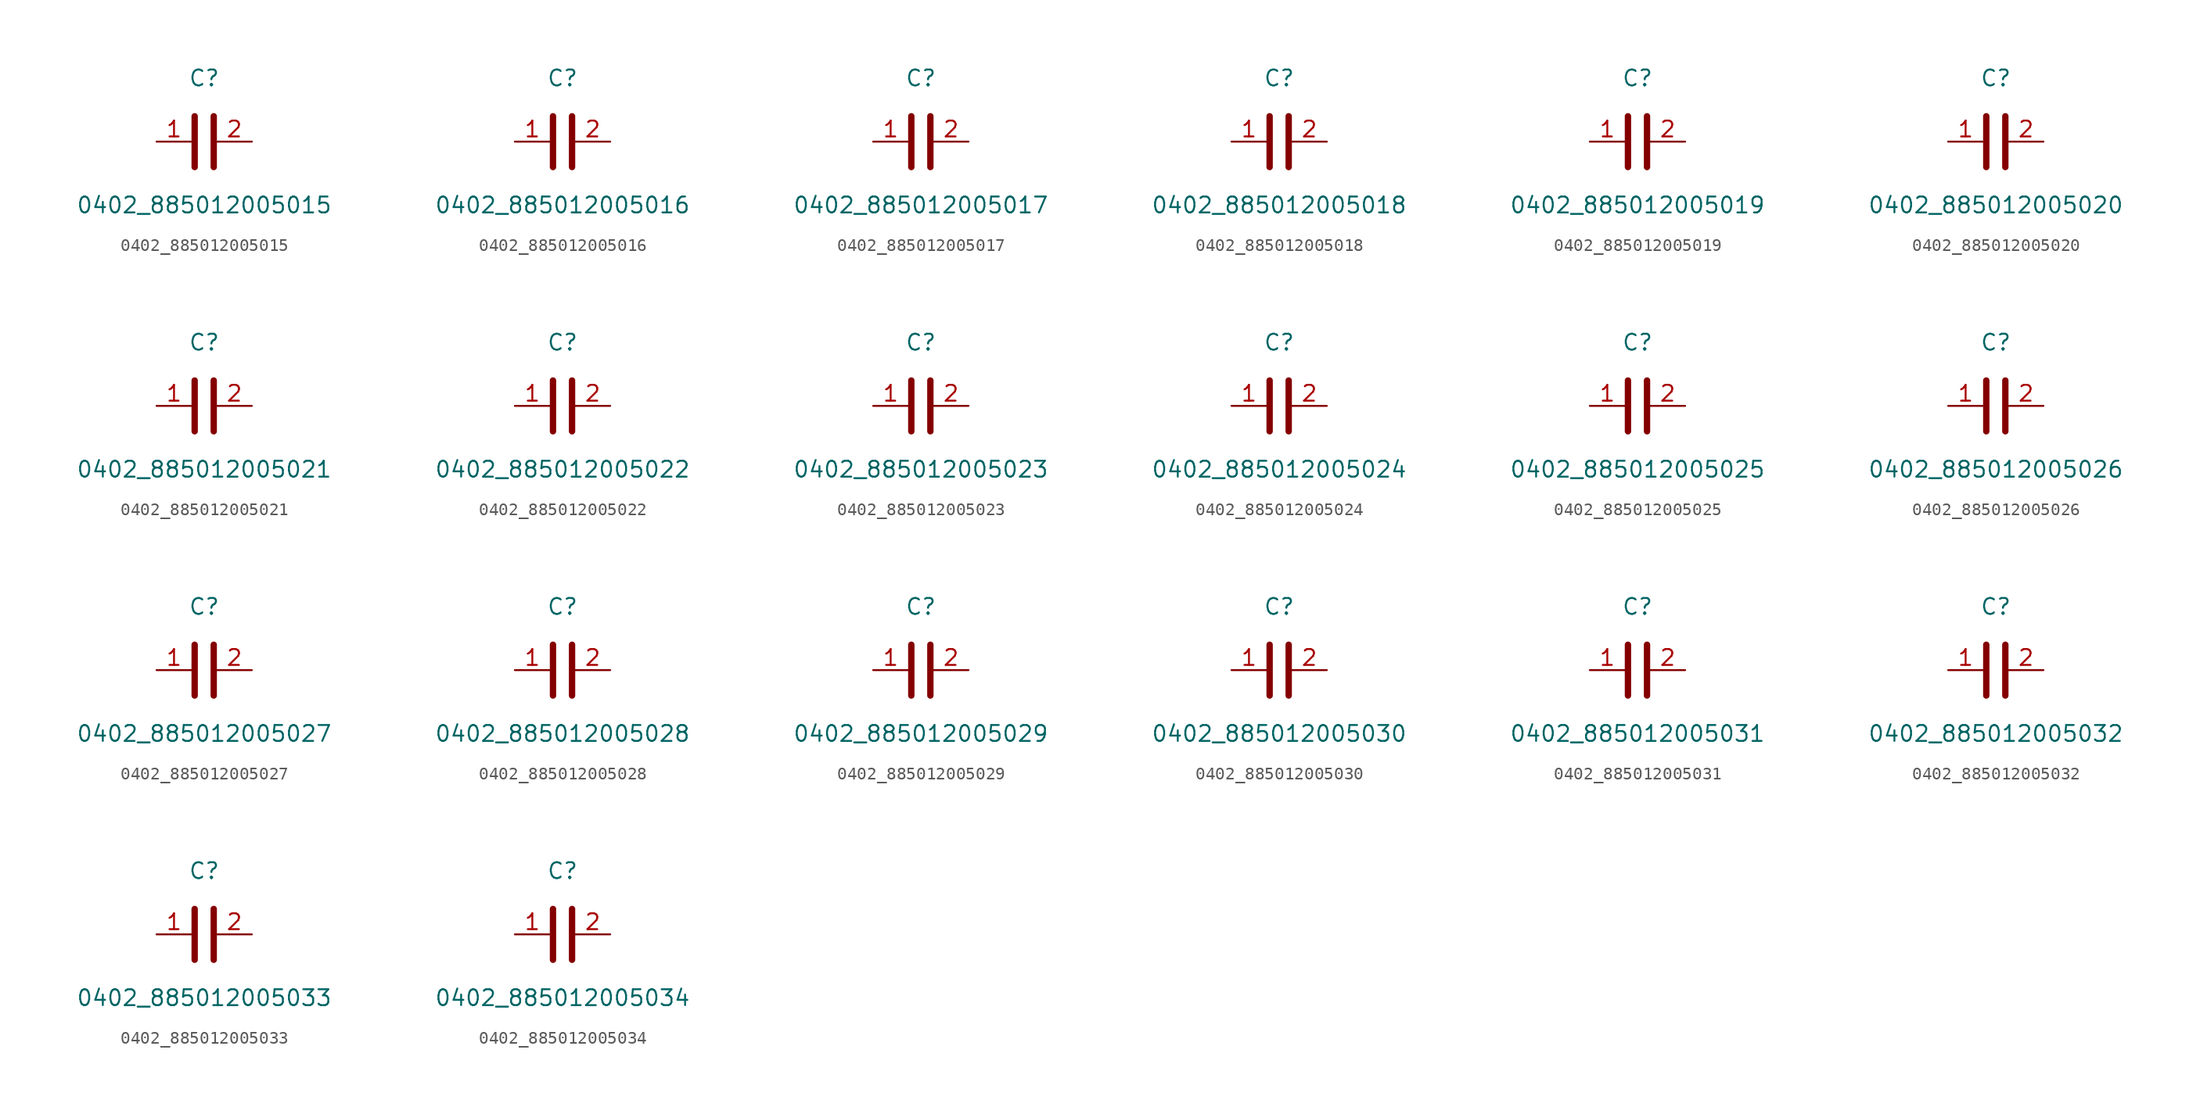
<source format=kicad_sym>
(kicad_symbol_lib
  (version 20220914)
  (generator kicad_symbol_editor)
  (symbol "0402_885012005015"
    (pin_names hide)
    (property "Reference" "C"
      (at 0 5.08 0)
      (effects (font (size 1.27 1.27))))
    (property "Value" "0402_885012005015"
      (at 0 -5.08 0)
      (effects (font (size 1.27 1.27))))
    (symbol "0402_885012005015_0_1"
      (polyline (pts (xy -0.762 -2.032) (xy -0.762 2.032)) (stroke (width 0.508) (type default)) (fill (type none)))
      (polyline (pts (xy 0.762 -2.032) (xy 0.762 2.032)) (stroke (width 0.508) (type default)) (fill (type none))))
    (symbol "0402_885012005015_1_1"
      (pin passive line (at -3.81 0 0) (length 2.794) (name "1" (effects (font (size 1.27 1.27)))) (number "1" (effects (font (size 1.27 1.27)))))
      (pin passive line (at 3.81 0 180) (length 2.794) (name "2" (effects (font (size 1.27 1.27)))) (number "2" (effects (font (size 1.27 1.27)))))))
  (symbol "0402_885012005016"
    (pin_names hide)
    (property "Reference" "C"
      (at 0 5.08 0)
      (effects (font (size 1.27 1.27))))
    (property "Value" "0402_885012005016"
      (at 0 -5.08 0)
      (effects (font (size 1.27 1.27))))
    (symbol "0402_885012005016_0_1"
      (polyline (pts (xy -0.762 -2.032) (xy -0.762 2.032)) (stroke (width 0.508) (type default)) (fill (type none)))
      (polyline (pts (xy 0.762 -2.032) (xy 0.762 2.032)) (stroke (width 0.508) (type default)) (fill (type none))))
    (symbol "0402_885012005016_1_1"
      (pin passive line (at -3.81 0 0) (length 2.794) (name "1" (effects (font (size 1.27 1.27)))) (number "1" (effects (font (size 1.27 1.27)))))
      (pin passive line (at 3.81 0 180) (length 2.794) (name "2" (effects (font (size 1.27 1.27)))) (number "2" (effects (font (size 1.27 1.27)))))))
  (symbol "0402_885012005017"
    (pin_names hide)
    (property "Reference" "C"
      (at 0 5.08 0)
      (effects (font (size 1.27 1.27))))
    (property "Value" "0402_885012005017"
      (at 0 -5.08 0)
      (effects (font (size 1.27 1.27))))
    (symbol "0402_885012005017_0_1"
      (polyline (pts (xy -0.762 -2.032) (xy -0.762 2.032)) (stroke (width 0.508) (type default)) (fill (type none)))
      (polyline (pts (xy 0.762 -2.032) (xy 0.762 2.032)) (stroke (width 0.508) (type default)) (fill (type none))))
    (symbol "0402_885012005017_1_1"
      (pin passive line (at -3.81 0 0) (length 2.794) (name "1" (effects (font (size 1.27 1.27)))) (number "1" (effects (font (size 1.27 1.27)))))
      (pin passive line (at 3.81 0 180) (length 2.794) (name "2" (effects (font (size 1.27 1.27)))) (number "2" (effects (font (size 1.27 1.27)))))))
  (symbol "0402_885012005018"
    (pin_names hide)
    (property "Reference" "C"
      (at 0 5.08 0)
      (effects (font (size 1.27 1.27))))
    (property "Value" "0402_885012005018"
      (at 0 -5.08 0)
      (effects (font (size 1.27 1.27))))
    (symbol "0402_885012005018_0_1"
      (polyline (pts (xy -0.762 -2.032) (xy -0.762 2.032)) (stroke (width 0.508) (type default)) (fill (type none)))
      (polyline (pts (xy 0.762 -2.032) (xy 0.762 2.032)) (stroke (width 0.508) (type default)) (fill (type none))))
    (symbol "0402_885012005018_1_1"
      (pin passive line (at -3.81 0 0) (length 2.794) (name "1" (effects (font (size 1.27 1.27)))) (number "1" (effects (font (size 1.27 1.27)))))
      (pin passive line (at 3.81 0 180) (length 2.794) (name "2" (effects (font (size 1.27 1.27)))) (number "2" (effects (font (size 1.27 1.27)))))))
  (symbol "0402_885012005019"
    (pin_names hide)
    (property "Reference" "C"
      (at 0 5.08 0)
      (effects (font (size 1.27 1.27))))
    (property "Value" "0402_885012005019"
      (at 0 -5.08 0)
      (effects (font (size 1.27 1.27))))
    (symbol "0402_885012005019_0_1"
      (polyline (pts (xy -0.762 -2.032) (xy -0.762 2.032)) (stroke (width 0.508) (type default)) (fill (type none)))
      (polyline (pts (xy 0.762 -2.032) (xy 0.762 2.032)) (stroke (width 0.508) (type default)) (fill (type none))))
    (symbol "0402_885012005019_1_1"
      (pin passive line (at -3.81 0 0) (length 2.794) (name "1" (effects (font (size 1.27 1.27)))) (number "1" (effects (font (size 1.27 1.27)))))
      (pin passive line (at 3.81 0 180) (length 2.794) (name "2" (effects (font (size 1.27 1.27)))) (number "2" (effects (font (size 1.27 1.27)))))))
  (symbol "0402_885012005020"
    (pin_names hide)
    (property "Reference" "C"
      (at 0 5.08 0)
      (effects (font (size 1.27 1.27))))
    (property "Value" "0402_885012005020"
      (at 0 -5.08 0)
      (effects (font (size 1.27 1.27))))
    (symbol "0402_885012005020_0_1"
      (polyline (pts (xy -0.762 -2.032) (xy -0.762 2.032)) (stroke (width 0.508) (type default)) (fill (type none)))
      (polyline (pts (xy 0.762 -2.032) (xy 0.762 2.032)) (stroke (width 0.508) (type default)) (fill (type none))))
    (symbol "0402_885012005020_1_1"
      (pin passive line (at -3.81 0 0) (length 2.794) (name "1" (effects (font (size 1.27 1.27)))) (number "1" (effects (font (size 1.27 1.27)))))
      (pin passive line (at 3.81 0 180) (length 2.794) (name "2" (effects (font (size 1.27 1.27)))) (number "2" (effects (font (size 1.27 1.27)))))))
  (symbol "0402_885012005021"
    (pin_names hide)
    (property "Reference" "C"
      (at 0 5.08 0)
      (effects (font (size 1.27 1.27))))
    (property "Value" "0402_885012005021"
      (at 0 -5.08 0)
      (effects (font (size 1.27 1.27))))
    (symbol "0402_885012005021_0_1"
      (polyline (pts (xy -0.762 -2.032) (xy -0.762 2.032)) (stroke (width 0.508) (type default)) (fill (type none)))
      (polyline (pts (xy 0.762 -2.032) (xy 0.762 2.032)) (stroke (width 0.508) (type default)) (fill (type none))))
    (symbol "0402_885012005021_1_1"
      (pin passive line (at -3.81 0 0) (length 2.794) (name "1" (effects (font (size 1.27 1.27)))) (number "1" (effects (font (size 1.27 1.27)))))
      (pin passive line (at 3.81 0 180) (length 2.794) (name "2" (effects (font (size 1.27 1.27)))) (number "2" (effects (font (size 1.27 1.27)))))))
  (symbol "0402_885012005022"
    (pin_names hide)
    (property "Reference" "C"
      (at 0 5.08 0)
      (effects (font (size 1.27 1.27))))
    (property "Value" "0402_885012005022"
      (at 0 -5.08 0)
      (effects (font (size 1.27 1.27))))
    (symbol "0402_885012005022_0_1"
      (polyline (pts (xy -0.762 -2.032) (xy -0.762 2.032)) (stroke (width 0.508) (type default)) (fill (type none)))
      (polyline (pts (xy 0.762 -2.032) (xy 0.762 2.032)) (stroke (width 0.508) (type default)) (fill (type none))))
    (symbol "0402_885012005022_1_1"
      (pin passive line (at -3.81 0 0) (length 2.794) (name "1" (effects (font (size 1.27 1.27)))) (number "1" (effects (font (size 1.27 1.27)))))
      (pin passive line (at 3.81 0 180) (length 2.794) (name "2" (effects (font (size 1.27 1.27)))) (number "2" (effects (font (size 1.27 1.27)))))))
  (symbol "0402_885012005023"
    (pin_names hide)
    (property "Reference" "C"
      (at 0 5.08 0)
      (effects (font (size 1.27 1.27))))
    (property "Value" "0402_885012005023"
      (at 0 -5.08 0)
      (effects (font (size 1.27 1.27))))
    (symbol "0402_885012005023_0_1"
      (polyline (pts (xy -0.762 -2.032) (xy -0.762 2.032)) (stroke (width 0.508) (type default)) (fill (type none)))
      (polyline (pts (xy 0.762 -2.032) (xy 0.762 2.032)) (stroke (width 0.508) (type default)) (fill (type none))))
    (symbol "0402_885012005023_1_1"
      (pin passive line (at -3.81 0 0) (length 2.794) (name "1" (effects (font (size 1.27 1.27)))) (number "1" (effects (font (size 1.27 1.27)))))
      (pin passive line (at 3.81 0 180) (length 2.794) (name "2" (effects (font (size 1.27 1.27)))) (number "2" (effects (font (size 1.27 1.27)))))))
  (symbol "0402_885012005024"
    (pin_names hide)
    (property "Reference" "C"
      (at 0 5.08 0)
      (effects (font (size 1.27 1.27))))
    (property "Value" "0402_885012005024"
      (at 0 -5.08 0)
      (effects (font (size 1.27 1.27))))
    (symbol "0402_885012005024_0_1"
      (polyline (pts (xy -0.762 -2.032) (xy -0.762 2.032)) (stroke (width 0.508) (type default)) (fill (type none)))
      (polyline (pts (xy 0.762 -2.032) (xy 0.762 2.032)) (stroke (width 0.508) (type default)) (fill (type none))))
    (symbol "0402_885012005024_1_1"
      (pin passive line (at -3.81 0 0) (length 2.794) (name "1" (effects (font (size 1.27 1.27)))) (number "1" (effects (font (size 1.27 1.27)))))
      (pin passive line (at 3.81 0 180) (length 2.794) (name "2" (effects (font (size 1.27 1.27)))) (number "2" (effects (font (size 1.27 1.27)))))))
  (symbol "0402_885012005025"
    (pin_names hide)
    (property "Reference" "C"
      (at 0 5.08 0)
      (effects (font (size 1.27 1.27))))
    (property "Value" "0402_885012005025"
      (at 0 -5.08 0)
      (effects (font (size 1.27 1.27))))
    (symbol "0402_885012005025_0_1"
      (polyline (pts (xy -0.762 -2.032) (xy -0.762 2.032)) (stroke (width 0.508) (type default)) (fill (type none)))
      (polyline (pts (xy 0.762 -2.032) (xy 0.762 2.032)) (stroke (width 0.508) (type default)) (fill (type none))))
    (symbol "0402_885012005025_1_1"
      (pin passive line (at -3.81 0 0) (length 2.794) (name "1" (effects (font (size 1.27 1.27)))) (number "1" (effects (font (size 1.27 1.27)))))
      (pin passive line (at 3.81 0 180) (length 2.794) (name "2" (effects (font (size 1.27 1.27)))) (number "2" (effects (font (size 1.27 1.27)))))))
  (symbol "0402_885012005026"
    (pin_names hide)
    (property "Reference" "C"
      (at 0 5.08 0)
      (effects (font (size 1.27 1.27))))
    (property "Value" "0402_885012005026"
      (at 0 -5.08 0)
      (effects (font (size 1.27 1.27))))
    (symbol "0402_885012005026_0_1"
      (polyline (pts (xy -0.762 -2.032) (xy -0.762 2.032)) (stroke (width 0.508) (type default)) (fill (type none)))
      (polyline (pts (xy 0.762 -2.032) (xy 0.762 2.032)) (stroke (width 0.508) (type default)) (fill (type none))))
    (symbol "0402_885012005026_1_1"
      (pin passive line (at -3.81 0 0) (length 2.794) (name "1" (effects (font (size 1.27 1.27)))) (number "1" (effects (font (size 1.27 1.27)))))
      (pin passive line (at 3.81 0 180) (length 2.794) (name "2" (effects (font (size 1.27 1.27)))) (number "2" (effects (font (size 1.27 1.27)))))))
  (symbol "0402_885012005027"
    (pin_names hide)
    (property "Reference" "C"
      (at 0 5.08 0)
      (effects (font (size 1.27 1.27))))
    (property "Value" "0402_885012005027"
      (at 0 -5.08 0)
      (effects (font (size 1.27 1.27))))
    (symbol "0402_885012005027_0_1"
      (polyline (pts (xy -0.762 -2.032) (xy -0.762 2.032)) (stroke (width 0.508) (type default)) (fill (type none)))
      (polyline (pts (xy 0.762 -2.032) (xy 0.762 2.032)) (stroke (width 0.508) (type default)) (fill (type none))))
    (symbol "0402_885012005027_1_1"
      (pin passive line (at -3.81 0 0) (length 2.794) (name "1" (effects (font (size 1.27 1.27)))) (number "1" (effects (font (size 1.27 1.27)))))
      (pin passive line (at 3.81 0 180) (length 2.794) (name "2" (effects (font (size 1.27 1.27)))) (number "2" (effects (font (size 1.27 1.27)))))))
  (symbol "0402_885012005028"
    (pin_names hide)
    (property "Reference" "C"
      (at 0 5.08 0)
      (effects (font (size 1.27 1.27))))
    (property "Value" "0402_885012005028"
      (at 0 -5.08 0)
      (effects (font (size 1.27 1.27))))
    (symbol "0402_885012005028_0_1"
      (polyline (pts (xy -0.762 -2.032) (xy -0.762 2.032)) (stroke (width 0.508) (type default)) (fill (type none)))
      (polyline (pts (xy 0.762 -2.032) (xy 0.762 2.032)) (stroke (width 0.508) (type default)) (fill (type none))))
    (symbol "0402_885012005028_1_1"
      (pin passive line (at -3.81 0 0) (length 2.794) (name "1" (effects (font (size 1.27 1.27)))) (number "1" (effects (font (size 1.27 1.27)))))
      (pin passive line (at 3.81 0 180) (length 2.794) (name "2" (effects (font (size 1.27 1.27)))) (number "2" (effects (font (size 1.27 1.27)))))))
  (symbol "0402_885012005029"
    (pin_names hide)
    (property "Reference" "C"
      (at 0 5.08 0)
      (effects (font (size 1.27 1.27))))
    (property "Value" "0402_885012005029"
      (at 0 -5.08 0)
      (effects (font (size 1.27 1.27))))
    (symbol "0402_885012005029_0_1"
      (polyline (pts (xy -0.762 -2.032) (xy -0.762 2.032)) (stroke (width 0.508) (type default)) (fill (type none)))
      (polyline (pts (xy 0.762 -2.032) (xy 0.762 2.032)) (stroke (width 0.508) (type default)) (fill (type none))))
    (symbol "0402_885012005029_1_1"
      (pin passive line (at -3.81 0 0) (length 2.794) (name "1" (effects (font (size 1.27 1.27)))) (number "1" (effects (font (size 1.27 1.27)))))
      (pin passive line (at 3.81 0 180) (length 2.794) (name "2" (effects (font (size 1.27 1.27)))) (number "2" (effects (font (size 1.27 1.27)))))))
  (symbol "0402_885012005030"
    (pin_names hide)
    (property "Reference" "C"
      (at 0 5.08 0)
      (effects (font (size 1.27 1.27))))
    (property "Value" "0402_885012005030"
      (at 0 -5.08 0)
      (effects (font (size 1.27 1.27))))
    (symbol "0402_885012005030_0_1"
      (polyline (pts (xy -0.762 -2.032) (xy -0.762 2.032)) (stroke (width 0.508) (type default)) (fill (type none)))
      (polyline (pts (xy 0.762 -2.032) (xy 0.762 2.032)) (stroke (width 0.508) (type default)) (fill (type none))))
    (symbol "0402_885012005030_1_1"
      (pin passive line (at -3.81 0 0) (length 2.794) (name "1" (effects (font (size 1.27 1.27)))) (number "1" (effects (font (size 1.27 1.27)))))
      (pin passive line (at 3.81 0 180) (length 2.794) (name "2" (effects (font (size 1.27 1.27)))) (number "2" (effects (font (size 1.27 1.27)))))))
  (symbol "0402_885012005031"
    (pin_names hide)
    (property "Reference" "C"
      (at 0 5.08 0)
      (effects (font (size 1.27 1.27))))
    (property "Value" "0402_885012005031"
      (at 0 -5.08 0)
      (effects (font (size 1.27 1.27))))
    (symbol "0402_885012005031_0_1"
      (polyline (pts (xy -0.762 -2.032) (xy -0.762 2.032)) (stroke (width 0.508) (type default)) (fill (type none)))
      (polyline (pts (xy 0.762 -2.032) (xy 0.762 2.032)) (stroke (width 0.508) (type default)) (fill (type none))))
    (symbol "0402_885012005031_1_1"
      (pin passive line (at -3.81 0 0) (length 2.794) (name "1" (effects (font (size 1.27 1.27)))) (number "1" (effects (font (size 1.27 1.27)))))
      (pin passive line (at 3.81 0 180) (length 2.794) (name "2" (effects (font (size 1.27 1.27)))) (number "2" (effects (font (size 1.27 1.27)))))))
  (symbol "0402_885012005032"
    (pin_names hide)
    (property "Reference" "C"
      (at 0 5.08 0)
      (effects (font (size 1.27 1.27))))
    (property "Value" "0402_885012005032"
      (at 0 -5.08 0)
      (effects (font (size 1.27 1.27))))
    (symbol "0402_885012005032_0_1"
      (polyline (pts (xy -0.762 -2.032) (xy -0.762 2.032)) (stroke (width 0.508) (type default)) (fill (type none)))
      (polyline (pts (xy 0.762 -2.032) (xy 0.762 2.032)) (stroke (width 0.508) (type default)) (fill (type none))))
    (symbol "0402_885012005032_1_1"
      (pin passive line (at -3.81 0 0) (length 2.794) (name "1" (effects (font (size 1.27 1.27)))) (number "1" (effects (font (size 1.27 1.27)))))
      (pin passive line (at 3.81 0 180) (length 2.794) (name "2" (effects (font (size 1.27 1.27)))) (number "2" (effects (font (size 1.27 1.27)))))))
  (symbol "0402_885012005033"
    (pin_names hide)
    (property "Reference" "C"
      (at 0 5.08 0)
      (effects (font (size 1.27 1.27))))
    (property "Value" "0402_885012005033"
      (at 0 -5.08 0)
      (effects (font (size 1.27 1.27))))
    (symbol "0402_885012005033_0_1"
      (polyline (pts (xy -0.762 -2.032) (xy -0.762 2.032)) (stroke (width 0.508) (type default)) (fill (type none)))
      (polyline (pts (xy 0.762 -2.032) (xy 0.762 2.032)) (stroke (width 0.508) (type default)) (fill (type none))))
    (symbol "0402_885012005033_1_1"
      (pin passive line (at -3.81 0 0) (length 2.794) (name "1" (effects (font (size 1.27 1.27)))) (number "1" (effects (font (size 1.27 1.27)))))
      (pin passive line (at 3.81 0 180) (length 2.794) (name "2" (effects (font (size 1.27 1.27)))) (number "2" (effects (font (size 1.27 1.27)))))))
  (symbol "0402_885012005034"
    (pin_names hide)
    (property "Reference" "C"
      (at 0 5.08 0)
      (effects (font (size 1.27 1.27))))
    (property "Value" "0402_885012005034"
      (at 0 -5.08 0)
      (effects (font (size 1.27 1.27))))
    (symbol "0402_885012005034_0_1"
      (polyline (pts (xy -0.762 -2.032) (xy -0.762 2.032)) (stroke (width 0.508) (type default)) (fill (type none)))
      (polyline (pts (xy 0.762 -2.032) (xy 0.762 2.032)) (stroke (width 0.508) (type default)) (fill (type none))))
    (symbol "0402_885012005034_1_1"
      (pin passive line (at -3.81 0 0) (length 2.794) (name "1" (effects (font (size 1.27 1.27)))) (number "1" (effects (font (size 1.27 1.27)))))
      (pin passive line (at 3.81 0 180) (length 2.794) (name "2" (effects (font (size 1.27 1.27)))) (number "2" (effects (font (size 1.27 1.27))))))))
</source>
